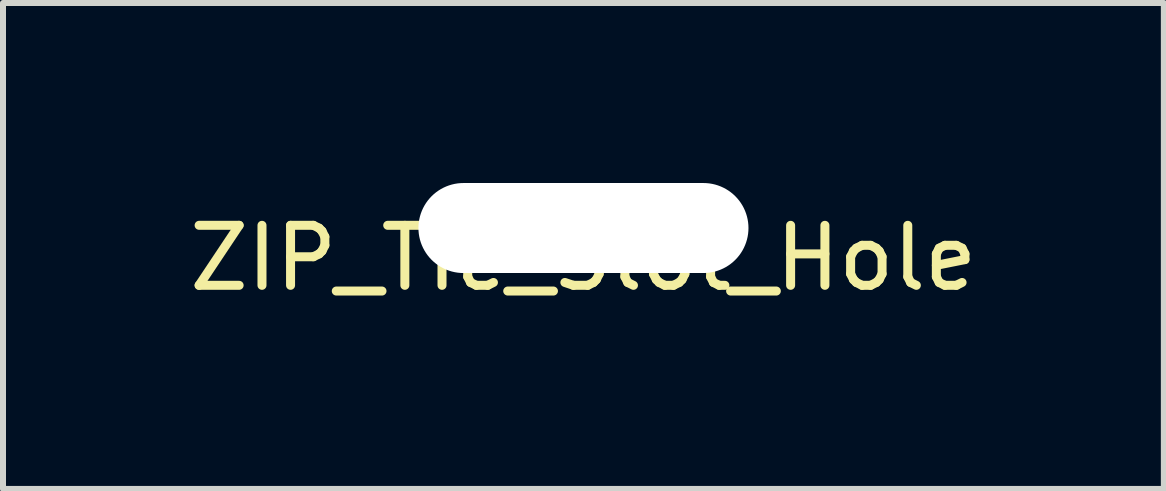
<source format=kicad_pcb>
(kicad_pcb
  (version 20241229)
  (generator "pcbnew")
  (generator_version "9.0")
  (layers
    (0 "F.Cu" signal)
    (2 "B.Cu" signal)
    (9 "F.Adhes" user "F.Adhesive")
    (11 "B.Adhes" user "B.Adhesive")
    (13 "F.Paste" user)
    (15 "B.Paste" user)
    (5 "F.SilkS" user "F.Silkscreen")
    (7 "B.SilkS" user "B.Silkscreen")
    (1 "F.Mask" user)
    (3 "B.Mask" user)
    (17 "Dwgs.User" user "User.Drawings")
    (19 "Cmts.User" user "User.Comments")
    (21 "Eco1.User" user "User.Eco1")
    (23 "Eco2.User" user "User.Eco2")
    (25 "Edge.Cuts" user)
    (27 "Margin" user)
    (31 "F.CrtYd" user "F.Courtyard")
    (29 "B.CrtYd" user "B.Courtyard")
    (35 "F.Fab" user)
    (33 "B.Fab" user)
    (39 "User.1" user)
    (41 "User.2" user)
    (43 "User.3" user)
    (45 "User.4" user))
  (footprint "ZIP_Tie_Slot_Hole"
    (layer "F.Cu")
    (at 6.673 0.75)
    (property "Reference" "ZIP_Tie_Slot_Hole" (at 0 0.5 0) (layer "F.SilkS") (effects (font (size 1 1) (thickness 0.15))))
    (attr through_hole)
    (pad "" np_thru_hole oval (at 0 0) (size 5.5 1.5) (drill oval 5.5 1.5) (layers "*.Cu" "*.Mask")))
  (gr_rect
    (start -3 -3)
    (end 16.345 5.098)
    (stroke (width 0.1) (type default))
    (fill no)
    (layer "Edge.Cuts")))
</source>
